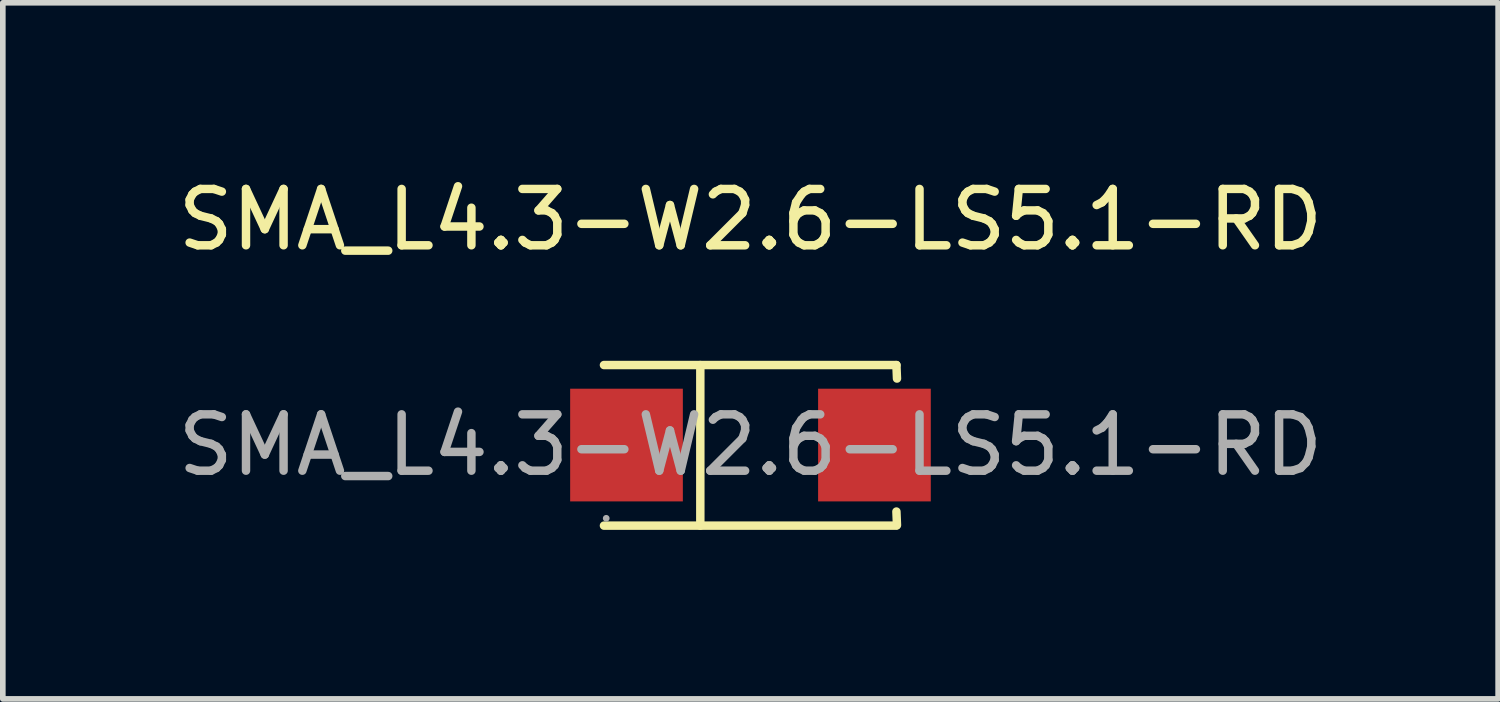
<source format=kicad_pcb>
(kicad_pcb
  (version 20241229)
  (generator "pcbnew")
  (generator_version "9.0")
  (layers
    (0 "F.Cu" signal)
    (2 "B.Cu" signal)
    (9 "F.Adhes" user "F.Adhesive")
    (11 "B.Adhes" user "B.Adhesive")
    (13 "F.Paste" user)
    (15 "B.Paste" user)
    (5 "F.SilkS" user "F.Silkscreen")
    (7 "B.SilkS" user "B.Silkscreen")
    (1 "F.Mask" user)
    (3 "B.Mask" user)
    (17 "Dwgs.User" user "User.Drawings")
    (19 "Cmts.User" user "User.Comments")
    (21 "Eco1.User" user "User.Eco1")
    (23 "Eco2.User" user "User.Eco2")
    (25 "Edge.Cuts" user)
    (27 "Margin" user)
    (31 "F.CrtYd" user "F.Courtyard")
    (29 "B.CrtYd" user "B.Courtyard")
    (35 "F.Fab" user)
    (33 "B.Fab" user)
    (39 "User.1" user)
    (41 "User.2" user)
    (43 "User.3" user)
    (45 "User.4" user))
  (footprint "SMA_L4.3-W2.6-LS5.1-RD"
    (layer "F.Cu")
    (at 10.268 4.848)
    (property "Reference" "SMA_L4.3-W2.6-LS5.1-RD" (at 0 -4 0) (layer "F.SilkS") (effects (font (size 1 1) (thickness 0.15))))
    (attr smd)
    (fp_line (start -2.6 -1.42) (end 2.59 -1.42) (stroke (width 0.15) (type solid)) (layer "F.SilkS"))
    (fp_line (start -2.6 1.43) (end 2.59 1.43) (stroke (width 0.15) (type solid)) (layer "F.SilkS"))
    (fp_line (start -0.89 -1.42) (end -0.89 1.43) (stroke (width 0.15) (type solid)) (layer "F.SilkS"))
    (fp_line (start 2.59 -1.42) (end 2.6 -1.18) (stroke (width 0.15) (type solid)) (layer "F.SilkS"))
    (fp_line (start 2.59 1.18) (end 2.6 1.42) (stroke (width 0.15) (type solid)) (layer "F.SilkS"))
    (fp_circle (center -2.56 1.3) (end -2.53 1.3) (stroke (width 0.06) (type solid)) (fill no) (layer "F.Fab"))
    (fp_text user "${REFERENCE}" (at 0 0 0) (layer "F.Fab") (effects (font (size 1 1) (thickness 0.15))))
    (pad "1" smd rect (at -2.2 0 180) (size 2 2) (layers "F.Cu" "F.Mask" "F.Paste"))
    (pad "2" smd rect (at 2.2 0 180) (size 2 2) (layers "F.Cu" "F.Mask" "F.Paste")))
  (gr_rect
    (start -3 -3)
    (end 23.536 9.353)
    (stroke (width 0.1) (type default))
    (fill no)
    (layer "Edge.Cuts")))
</source>
